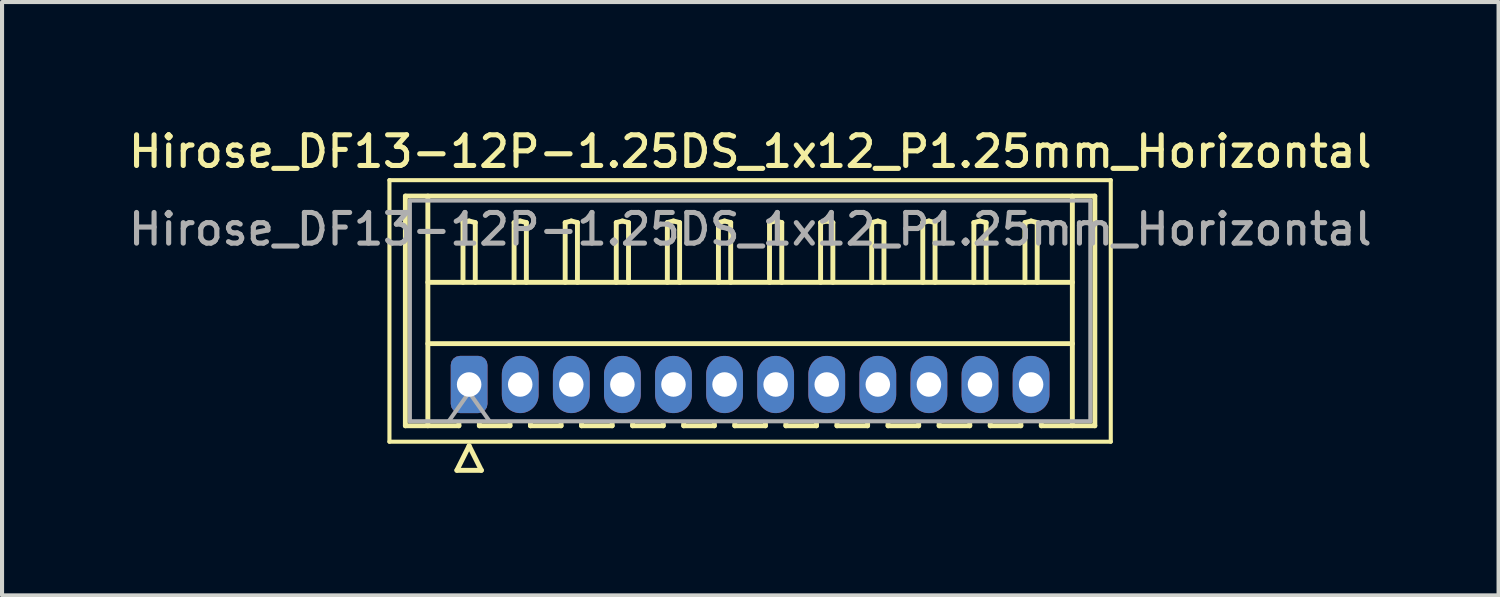
<source format=kicad_pcb>
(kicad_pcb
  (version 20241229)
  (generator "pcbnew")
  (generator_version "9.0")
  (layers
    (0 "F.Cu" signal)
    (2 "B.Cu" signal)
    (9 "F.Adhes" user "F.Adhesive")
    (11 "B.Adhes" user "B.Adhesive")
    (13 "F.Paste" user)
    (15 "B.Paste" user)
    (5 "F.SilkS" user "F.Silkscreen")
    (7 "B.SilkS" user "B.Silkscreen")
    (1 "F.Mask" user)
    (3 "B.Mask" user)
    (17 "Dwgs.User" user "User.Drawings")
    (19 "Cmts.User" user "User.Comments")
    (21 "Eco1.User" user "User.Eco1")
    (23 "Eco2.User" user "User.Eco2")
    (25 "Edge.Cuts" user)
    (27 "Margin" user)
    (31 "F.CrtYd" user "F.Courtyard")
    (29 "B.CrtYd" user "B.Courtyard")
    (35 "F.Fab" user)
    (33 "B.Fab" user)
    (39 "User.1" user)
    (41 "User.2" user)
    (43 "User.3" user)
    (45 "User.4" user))
  (footprint "Hirose_DF13-12P-1.25DS_1x12_P1.25mm_Horizontal"
    (layer "F.Cu")
    (at 8.429 6.358)
    (property "Reference" "Hirose_DF13-12P-1.25DS_1x12_P1.25mm_Horizontal" (at 6.88 -5.7 0) (layer "F.SilkS") (effects (font (size 0.75 0.75) (thickness 0.125))))
    (attr through_hole)
    (fp_line (start -1.95 -5) (end -1.95 1.4) (stroke (width 0.1) (type solid)) (layer "F.SilkS"))
    (fp_line (start -1.95 1.4) (end 15.7 1.4) (stroke (width 0.1) (type solid)) (layer "F.SilkS"))
    (fp_line (start -1.56 -4.61) (end 15.31 -4.61) (stroke (width 0.12) (type solid)) (layer "F.SilkS"))
    (fp_line (start -1.56 1.01) (end -1.56 -4.61) (stroke (width 0.12) (type solid)) (layer "F.SilkS"))
    (fp_line (start -1.01 -4.61) (end -1.01 1.01) (stroke (width 0.12) (type solid)) (layer "F.SilkS"))
    (fp_line (start -1.01 -2.5) (end 14.76 -2.5) (stroke (width 0.12) (type solid)) (layer "F.SilkS"))
    (fp_line (start -1.01 -1) (end 14.76 -1) (stroke (width 0.12) (type solid)) (layer "F.SilkS"))
    (fp_line (start -0.3 2.1) (end 0.3 2.1) (stroke (width 0.12) (type solid)) (layer "F.SilkS"))
    (fp_line (start -0.25 0.96) (end -0.25 1.01) (stroke (width 0.12) (type solid)) (layer "F.SilkS"))
    (fp_line (start -0.25 1.01) (end -1.56 1.01) (stroke (width 0.12) (type solid)) (layer "F.SilkS"))
    (fp_line (start -0.15 -3.962) (end 0 -4) (stroke (width 0.12) (type solid)) (layer "F.SilkS"))
    (fp_line (start -0.15 -2.5) (end -0.15 -3.962) (stroke (width 0.12) (type solid)) (layer "F.SilkS"))
    (fp_line (start 0 -4) (end 0.15 -3.962) (stroke (width 0.12) (type solid)) (layer "F.SilkS"))
    (fp_line (start 0 1.5) (end -0.3 2.1) (stroke (width 0.12) (type solid)) (layer "F.SilkS"))
    (fp_line (start 0.15 -3.962) (end 0.15 -2.5) (stroke (width 0.12) (type solid)) (layer "F.SilkS"))
    (fp_line (start 0.25 0.96) (end 0.25 1.01) (stroke (width 0.12) (type solid)) (layer "F.SilkS"))
    (fp_line (start 0.25 1.01) (end 1 1.01) (stroke (width 0.12) (type solid)) (layer "F.SilkS"))
    (fp_line (start 0.3 2.1) (end 0 1.5) (stroke (width 0.12) (type solid)) (layer "F.SilkS"))
    (fp_line (start 1 1.01) (end 1 0.96) (stroke (width 0.12) (type solid)) (layer "F.SilkS"))
    (fp_line (start 1.1 -3.962) (end 1.25 -4) (stroke (width 0.12) (type solid)) (layer "F.SilkS"))
    (fp_line (start 1.1 -2.5) (end 1.1 -3.962) (stroke (width 0.12) (type solid)) (layer "F.SilkS"))
    (fp_line (start 1.25 -4) (end 1.4 -3.962) (stroke (width 0.12) (type solid)) (layer "F.SilkS"))
    (fp_line (start 1.4 -3.962) (end 1.4 -2.5) (stroke (width 0.12) (type solid)) (layer "F.SilkS"))
    (fp_line (start 1.5 0.96) (end 1.5 1.01) (stroke (width 0.12) (type solid)) (layer "F.SilkS"))
    (fp_line (start 1.5 1.01) (end 2.25 1.01) (stroke (width 0.12) (type solid)) (layer "F.SilkS"))
    (fp_line (start 2.25 1.01) (end 2.25 0.96) (stroke (width 0.12) (type solid)) (layer "F.SilkS"))
    (fp_line (start 2.35 -3.962) (end 2.5 -4) (stroke (width 0.12) (type solid)) (layer "F.SilkS"))
    (fp_line (start 2.35 -2.5) (end 2.35 -3.962) (stroke (width 0.12) (type solid)) (layer "F.SilkS"))
    (fp_line (start 2.5 -4) (end 2.65 -3.962) (stroke (width 0.12) (type solid)) (layer "F.SilkS"))
    (fp_line (start 2.65 -3.962) (end 2.65 -2.5) (stroke (width 0.12) (type solid)) (layer "F.SilkS"))
    (fp_line (start 2.75 0.96) (end 2.75 1.01) (stroke (width 0.12) (type solid)) (layer "F.SilkS"))
    (fp_line (start 2.75 1.01) (end 3.5 1.01) (stroke (width 0.12) (type solid)) (layer "F.SilkS"))
    (fp_line (start 3.5 1.01) (end 3.5 0.96) (stroke (width 0.12) (type solid)) (layer "F.SilkS"))
    (fp_line (start 3.6 -3.962) (end 3.75 -4) (stroke (width 0.12) (type solid)) (layer "F.SilkS"))
    (fp_line (start 3.6 -2.5) (end 3.6 -3.962) (stroke (width 0.12) (type solid)) (layer "F.SilkS"))
    (fp_line (start 3.75 -4) (end 3.9 -3.962) (stroke (width 0.12) (type solid)) (layer "F.SilkS"))
    (fp_line (start 3.9 -3.962) (end 3.9 -2.5) (stroke (width 0.12) (type solid)) (layer "F.SilkS"))
    (fp_line (start 4 0.96) (end 4 1.01) (stroke (width 0.12) (type solid)) (layer "F.SilkS"))
    (fp_line (start 4 1.01) (end 4.75 1.01) (stroke (width 0.12) (type solid)) (layer "F.SilkS"))
    (fp_line (start 4.75 1.01) (end 4.75 0.96) (stroke (width 0.12) (type solid)) (layer "F.SilkS"))
    (fp_line (start 4.85 -3.962) (end 5 -4) (stroke (width 0.12) (type solid)) (layer "F.SilkS"))
    (fp_line (start 4.85 -2.5) (end 4.85 -3.962) (stroke (width 0.12) (type solid)) (layer "F.SilkS"))
    (fp_line (start 5 -4) (end 5.15 -3.962) (stroke (width 0.12) (type solid)) (layer "F.SilkS"))
    (fp_line (start 5.15 -3.962) (end 5.15 -2.5) (stroke (width 0.12) (type solid)) (layer "F.SilkS"))
    (fp_line (start 5.25 0.96) (end 5.25 1.01) (stroke (width 0.12) (type solid)) (layer "F.SilkS"))
    (fp_line (start 5.25 1.01) (end 6 1.01) (stroke (width 0.12) (type solid)) (layer "F.SilkS"))
    (fp_line (start 6 1.01) (end 6 0.96) (stroke (width 0.12) (type solid)) (layer "F.SilkS"))
    (fp_line (start 6.1 -3.962) (end 6.25 -4) (stroke (width 0.12) (type solid)) (layer "F.SilkS"))
    (fp_line (start 6.1 -2.5) (end 6.1 -3.962) (stroke (width 0.12) (type solid)) (layer "F.SilkS"))
    (fp_line (start 6.25 -4) (end 6.4 -3.962) (stroke (width 0.12) (type solid)) (layer "F.SilkS"))
    (fp_line (start 6.4 -3.962) (end 6.4 -2.5) (stroke (width 0.12) (type solid)) (layer "F.SilkS"))
    (fp_line (start 6.5 0.96) (end 6.5 1.01) (stroke (width 0.12) (type solid)) (layer "F.SilkS"))
    (fp_line (start 6.5 1.01) (end 7.25 1.01) (stroke (width 0.12) (type solid)) (layer "F.SilkS"))
    (fp_line (start 7.25 1.01) (end 7.25 0.96) (stroke (width 0.12) (type solid)) (layer "F.SilkS"))
    (fp_line (start 7.35 -3.962) (end 7.5 -4) (stroke (width 0.12) (type solid)) (layer "F.SilkS"))
    (fp_line (start 7.35 -2.5) (end 7.35 -3.962) (stroke (width 0.12) (type solid)) (layer "F.SilkS"))
    (fp_line (start 7.5 -4) (end 7.65 -3.962) (stroke (width 0.12) (type solid)) (layer "F.SilkS"))
    (fp_line (start 7.65 -3.962) (end 7.65 -2.5) (stroke (width 0.12) (type solid)) (layer "F.SilkS"))
    (fp_line (start 7.75 0.96) (end 7.75 1.01) (stroke (width 0.12) (type solid)) (layer "F.SilkS"))
    (fp_line (start 7.75 1.01) (end 8.5 1.01) (stroke (width 0.12) (type solid)) (layer "F.SilkS"))
    (fp_line (start 8.5 1.01) (end 8.5 0.96) (stroke (width 0.12) (type solid)) (layer "F.SilkS"))
    (fp_line (start 8.6 -3.962) (end 8.75 -4) (stroke (width 0.12) (type solid)) (layer "F.SilkS"))
    (fp_line (start 8.6 -2.5) (end 8.6 -3.962) (stroke (width 0.12) (type solid)) (layer "F.SilkS"))
    (fp_line (start 8.75 -4) (end 8.9 -3.962) (stroke (width 0.12) (type solid)) (layer "F.SilkS"))
    (fp_line (start 8.9 -3.962) (end 8.9 -2.5) (stroke (width 0.12) (type solid)) (layer "F.SilkS"))
    (fp_line (start 9 0.96) (end 9 1.01) (stroke (width 0.12) (type solid)) (layer "F.SilkS"))
    (fp_line (start 9 1.01) (end 9.75 1.01) (stroke (width 0.12) (type solid)) (layer "F.SilkS"))
    (fp_line (start 9.75 1.01) (end 9.75 0.96) (stroke (width 0.12) (type solid)) (layer "F.SilkS"))
    (fp_line (start 9.85 -3.962) (end 10 -4) (stroke (width 0.12) (type solid)) (layer "F.SilkS"))
    (fp_line (start 9.85 -2.5) (end 9.85 -3.962) (stroke (width 0.12) (type solid)) (layer "F.SilkS"))
    (fp_line (start 10 -4) (end 10.15 -3.962) (stroke (width 0.12) (type solid)) (layer "F.SilkS"))
    (fp_line (start 10.15 -3.962) (end 10.15 -2.5) (stroke (width 0.12) (type solid)) (layer "F.SilkS"))
    (fp_line (start 10.25 0.96) (end 10.25 1.01) (stroke (width 0.12) (type solid)) (layer "F.SilkS"))
    (fp_line (start 10.25 1.01) (end 11 1.01) (stroke (width 0.12) (type solid)) (layer "F.SilkS"))
    (fp_line (start 11 1.01) (end 11 0.96) (stroke (width 0.12) (type solid)) (layer "F.SilkS"))
    (fp_line (start 11.1 -3.962) (end 11.25 -4) (stroke (width 0.12) (type solid)) (layer "F.SilkS"))
    (fp_line (start 11.1 -2.5) (end 11.1 -3.962) (stroke (width 0.12) (type solid)) (layer "F.SilkS"))
    (fp_line (start 11.25 -4) (end 11.4 -3.962) (stroke (width 0.12) (type solid)) (layer "F.SilkS"))
    (fp_line (start 11.4 -3.962) (end 11.4 -2.5) (stroke (width 0.12) (type solid)) (layer "F.SilkS"))
    (fp_line (start 11.5 0.96) (end 11.5 1.01) (stroke (width 0.12) (type solid)) (layer "F.SilkS"))
    (fp_line (start 11.5 1.01) (end 12.25 1.01) (stroke (width 0.12) (type solid)) (layer "F.SilkS"))
    (fp_line (start 12.25 1.01) (end 12.25 0.96) (stroke (width 0.12) (type solid)) (layer "F.SilkS"))
    (fp_line (start 12.35 -3.962) (end 12.5 -4) (stroke (width 0.12) (type solid)) (layer "F.SilkS"))
    (fp_line (start 12.35 -2.5) (end 12.35 -3.962) (stroke (width 0.12) (type solid)) (layer "F.SilkS"))
    (fp_line (start 12.5 -4) (end 12.65 -3.962) (stroke (width 0.12) (type solid)) (layer "F.SilkS"))
    (fp_line (start 12.65 -3.962) (end 12.65 -2.5) (stroke (width 0.12) (type solid)) (layer "F.SilkS"))
    (fp_line (start 12.75 0.96) (end 12.75 1.01) (stroke (width 0.12) (type solid)) (layer "F.SilkS"))
    (fp_line (start 12.75 1.01) (end 13.5 1.01) (stroke (width 0.12) (type solid)) (layer "F.SilkS"))
    (fp_line (start 13.5 1.01) (end 13.5 0.96) (stroke (width 0.12) (type solid)) (layer "F.SilkS"))
    (fp_line (start 13.6 -3.962) (end 13.75 -4) (stroke (width 0.12) (type solid)) (layer "F.SilkS"))
    (fp_line (start 13.6 -2.5) (end 13.6 -3.962) (stroke (width 0.12) (type solid)) (layer "F.SilkS"))
    (fp_line (start 13.75 -4) (end 13.9 -3.962) (stroke (width 0.12) (type solid)) (layer "F.SilkS"))
    (fp_line (start 13.9 -3.962) (end 13.9 -2.5) (stroke (width 0.12) (type solid)) (layer "F.SilkS"))
    (fp_line (start 14 1.01) (end 14 0.96) (stroke (width 0.12) (type solid)) (layer "F.SilkS"))
    (fp_line (start 14.76 -4.61) (end 14.76 1.01) (stroke (width 0.12) (type solid)) (layer "F.SilkS"))
    (fp_line (start 15.31 -4.61) (end 15.31 1.01) (stroke (width 0.12) (type solid)) (layer "F.SilkS"))
    (fp_line (start 15.31 1.01) (end 14 1.01) (stroke (width 0.12) (type solid)) (layer "F.SilkS"))
    (fp_line (start 15.7 -5) (end -1.95 -5) (stroke (width 0.1) (type solid)) (layer "F.SilkS"))
    (fp_line (start 15.7 1.4) (end 15.7 -5) (stroke (width 0.1) (type solid)) (layer "F.SilkS"))
    (fp_line (start -1.45 -4.5) (end -1.45 0.9) (stroke (width 0.1) (type solid)) (layer "F.Fab"))
    (fp_line (start -1.45 0.9) (end 15.2 0.9) (stroke (width 0.1) (type solid)) (layer "F.Fab"))
    (fp_line (start -0.5 0.9) (end 0 0.193) (stroke (width 0.1) (type solid)) (layer "F.Fab"))
    (fp_line (start 0 0.193) (end 0.5 0.9) (stroke (width 0.1) (type solid)) (layer "F.Fab"))
    (fp_line (start 15.2 -4.5) (end -1.45 -4.5) (stroke (width 0.1) (type solid)) (layer "F.Fab"))
    (fp_line (start 15.2 0.9) (end 15.2 -4.5) (stroke (width 0.1) (type solid)) (layer "F.Fab"))
    (fp_text user "${REFERENCE}" (at 6.88 -3.8 0) (layer "F.Fab") (effects (font (size 0.75 0.75) (thickness 0.125))))
    (pad "1" thru_hole roundrect (at 0 0) (size 0.9 1.4) (drill 0.6) (layers "*.Cu" "*.Mask") (roundrect_rratio 0.25))
    (pad "2" thru_hole oval (at 1.25 0) (size 0.9 1.4) (drill 0.6) (layers "*.Cu" "*.Mask"))
    (pad "3" thru_hole oval (at 2.5 0) (size 0.9 1.4) (drill 0.6) (layers "*.Cu" "*.Mask"))
    (pad "4" thru_hole oval (at 3.75 0) (size 0.9 1.4) (drill 0.6) (layers "*.Cu" "*.Mask"))
    (pad "5" thru_hole oval (at 5 0) (size 0.9 1.4) (drill 0.6) (layers "*.Cu" "*.Mask"))
    (pad "6" thru_hole oval (at 6.25 0) (size 0.9 1.4) (drill 0.6) (layers "*.Cu" "*.Mask"))
    (pad "7" thru_hole oval (at 7.5 0) (size 0.9 1.4) (drill 0.6) (layers "*.Cu" "*.Mask"))
    (pad "8" thru_hole oval (at 8.75 0) (size 0.9 1.4) (drill 0.6) (layers "*.Cu" "*.Mask"))
    (pad "9" thru_hole oval (at 10 0) (size 0.9 1.4) (drill 0.6) (layers "*.Cu" "*.Mask"))
    (pad "10" thru_hole oval (at 11.25 0) (size 0.9 1.4) (drill 0.6) (layers "*.Cu" "*.Mask"))
    (pad "11" thru_hole oval (at 12.5 0) (size 0.9 1.4) (drill 0.6) (layers "*.Cu" "*.Mask"))
    (pad "12" thru_hole oval (at 13.75 0) (size 0.9 1.4) (drill 0.6) (layers "*.Cu" "*.Mask")))
  (gr_rect
    (start -3 -3)
    (end 33.618 11.518)
    (stroke (width 0.1) (type default))
    (fill no)
    (layer "Edge.Cuts")))
</source>
